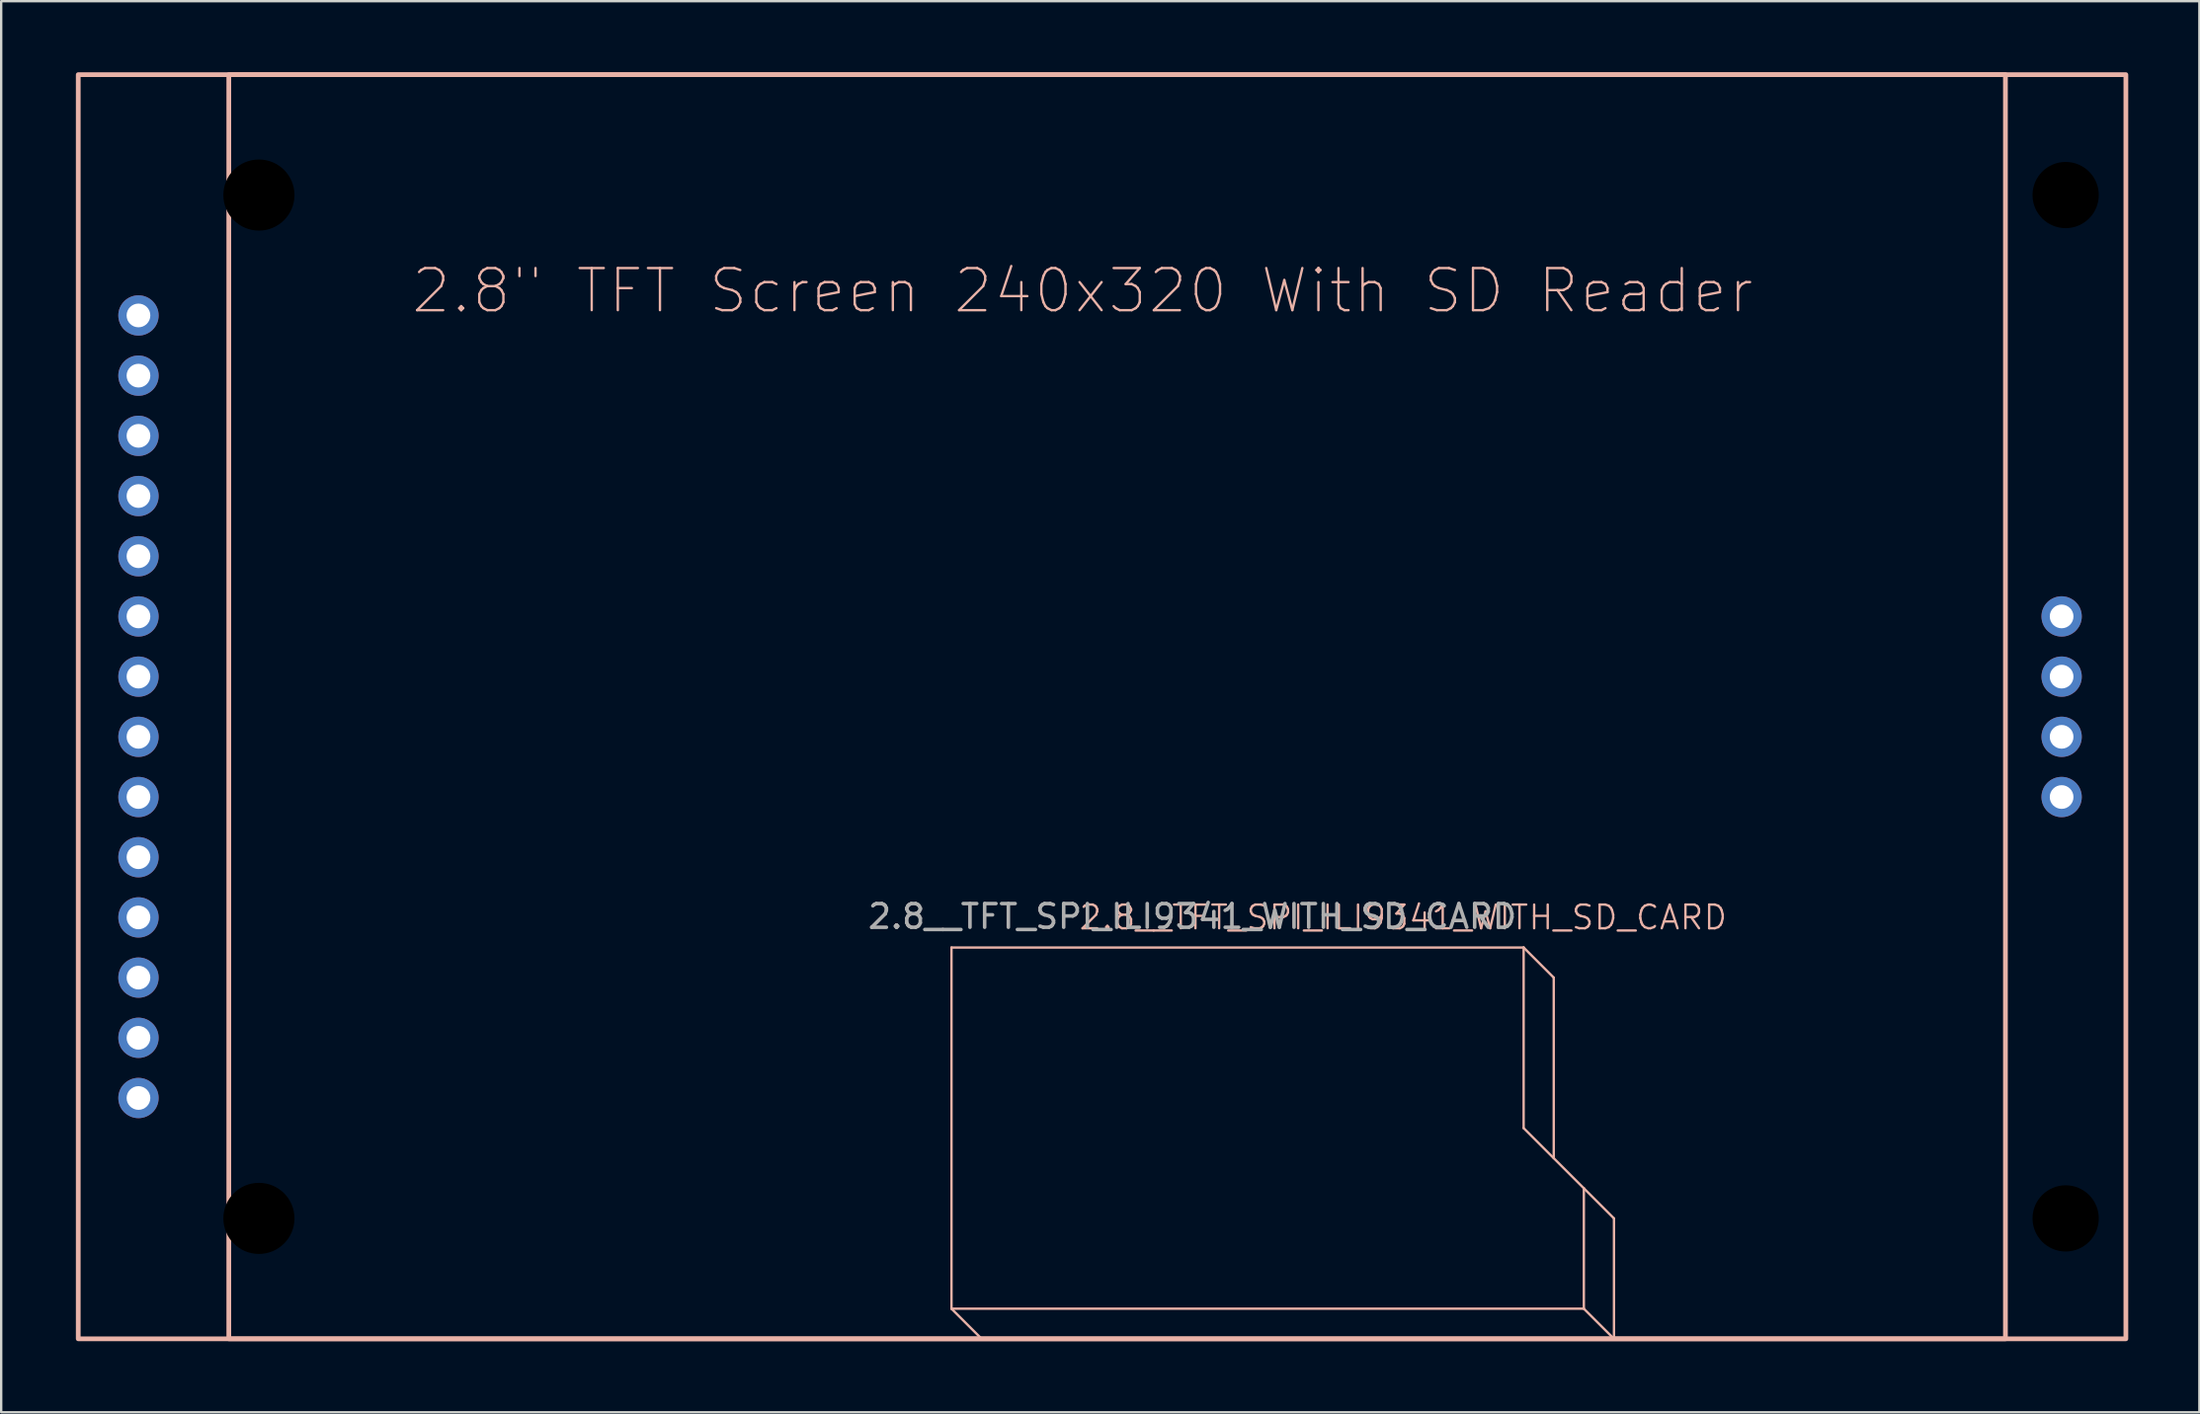
<source format=kicad_pcb>
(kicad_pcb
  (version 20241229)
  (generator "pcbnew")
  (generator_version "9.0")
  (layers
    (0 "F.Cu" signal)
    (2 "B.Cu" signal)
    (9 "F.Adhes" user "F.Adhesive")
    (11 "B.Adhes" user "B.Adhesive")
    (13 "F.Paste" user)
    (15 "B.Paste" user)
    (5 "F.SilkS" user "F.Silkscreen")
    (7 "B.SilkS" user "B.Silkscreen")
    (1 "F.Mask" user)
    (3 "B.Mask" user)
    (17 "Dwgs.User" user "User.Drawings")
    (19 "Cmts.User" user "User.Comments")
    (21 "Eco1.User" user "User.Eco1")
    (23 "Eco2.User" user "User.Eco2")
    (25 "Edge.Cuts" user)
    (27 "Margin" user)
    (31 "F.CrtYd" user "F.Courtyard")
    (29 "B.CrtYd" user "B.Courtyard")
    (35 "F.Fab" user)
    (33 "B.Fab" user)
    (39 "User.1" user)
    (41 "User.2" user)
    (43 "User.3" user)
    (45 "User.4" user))
  (footprint "2.8__TFT_SPI_ILI9341_WITH_SD_CARD"
    (layer "F.Cu")
    (at 0.25 26.77)
    (property "Reference" "2.8__TFT_SPI_ILI9341_WITH_SD_CARD" (at 55.88 8.89 0) (unlocked yes) (layer "B.SilkS") (effects (font (size 1 1) (thickness 0.1))))
    (attr through_hole)
    (fp_line (start 36.83 10.16) (end 36.83 25.4) (stroke (width 0.1) (type default)) (layer "B.SilkS"))
    (fp_line (start 36.83 25.4) (end 38.1 26.67) (stroke (width 0.1) (type default)) (layer "B.SilkS"))
    (fp_line (start 60.96 10.16) (end 36.83 10.16) (stroke (width 0.1) (type default)) (layer "B.SilkS"))
    (fp_line (start 60.96 10.16) (end 60.96 17.78) (stroke (width 0.1) (type default)) (layer "B.SilkS"))
    (fp_line (start 60.96 10.16) (end 62.23 11.43) (stroke (width 0.1) (type default)) (layer "B.SilkS"))
    (fp_line (start 60.96 17.78) (end 63.5 20.32) (stroke (width 0.1) (type default)) (layer "B.SilkS"))
    (fp_line (start 62.23 11.43) (end 62.23 19.05) (stroke (width 0.1) (type default)) (layer "B.SilkS"))
    (fp_line (start 63.5 20.32) (end 64.77 21.59) (stroke (width 0.1) (type default)) (layer "B.SilkS"))
    (fp_line (start 63.5 25.4) (end 36.83 25.4) (stroke (width 0.1) (type default)) (layer "B.SilkS"))
    (fp_line (start 63.5 25.4) (end 63.5 20.32) (stroke (width 0.1) (type default)) (layer "B.SilkS"))
    (fp_line (start 64.77 21.59) (end 64.77 26.67) (stroke (width 0.1) (type default)) (layer "B.SilkS"))
    (fp_line (start 64.77 26.67) (end 63.5 25.4) (stroke (width 0.1) (type default)) (layer "B.SilkS"))
    (fp_rect (start 0 -26.67) (end 86.36 26.67) (stroke (width 0.2) (type default)) (fill no) (layer "B.SilkS"))
    (fp_rect (start 6.35 -26.67) (end 81.28 26.67) (stroke (width 0.2) (type default)) (fill no) (layer "B.SilkS"))
    (fp_text user "2.8\" TFT Screen 240x320 With SD Reader" (at 13.97 -16.51 0) (unlocked yes) (layer "B.SilkS") (effects (font (size 1.778 1.778) (thickness 0.1)) (justify left bottom)))
    (fp_text user "${REFERENCE}" (at 46.99 8.85 0) (unlocked yes) (layer "F.Fab") (effects (font (size 1 1) (thickness 0.15))))
    (pad "" np_thru_hole circle (at 7.62 -21.59) (size 3 3) (drill 3.1) (layers "*.Mask"))
    (pad "" np_thru_hole circle (at 7.62 21.59) (size 3 3) (drill 3.1) (layers "*.Mask"))
    (pad "" np_thru_hole circle (at 83.82 -21.59) (size 2.794 2.794) (drill 3.1) (layers "*.Mask"))
    (pad "" np_thru_hole circle (at 83.82 21.59) (size 2.794 2.794) (drill 3.1) (layers "*.Mask"))
    (pad "CS" thru_hole circle (at 2.54 11.43) (size 1.7 1.7) (drill 1) (layers "*.Cu" "*.Mask"))
    (pad "DC" thru_hole circle (at 2.54 6.35) (size 1.7 1.7) (drill 1) (layers "*.Cu" "*.Mask"))
    (pad "GND" thru_hole circle (at 2.54 13.97) (size 1.7 1.7) (drill 1) (layers "*.Cu" "*.Mask"))
    (pad "LED" thru_hole circle (at 2.54 -1.27) (size 1.7 1.7) (drill 1) (layers "*.Cu" "*.Mask"))
    (pad "RESET" thru_hole circle (at 2.54 8.89) (size 1.7 1.7) (drill 1) (layers "*.Cu" "*.Mask"))
    (pad "SCK" thru_hole circle (at 2.54 1.27) (size 1.7 1.7) (drill 1) (layers "*.Cu" "*.Mask"))
    (pad "SDI(MOSI)" thru_hole circle (at 2.54 3.81) (size 1.7 1.7) (drill 1) (layers "*.Cu" "*.Mask"))
    (pad "SDO(MISO)" thru_hole circle (at 2.54 -3.81) (size 1.7 1.7) (drill 1) (layers "*.Cu" "*.Mask"))
    (pad "SD_CS" thru_hole circle (at 83.65 3.81) (size 1.7 1.7) (drill 1) (layers "*.Cu" "*.Mask"))
    (pad "SD_MISO" thru_hole circle (at 83.65 -1.27) (size 1.7 1.7) (drill 1) (layers "*.Cu" "*.Mask"))
    (pad "SD_MOSI" thru_hole circle (at 83.65 1.27) (size 1.7 1.7) (drill 1) (layers "*.Cu" "*.Mask"))
    (pad "SD_SCK" thru_hole circle (at 83.65 -3.81) (size 1.7 1.7) (drill 1) (layers "*.Cu" "*.Mask"))
    (pad "T_CLK" thru_hole circle (at 2.54 -6.35) (size 1.7 1.7) (drill 1) (layers "*.Cu" "*.Mask"))
    (pad "T_CS" thru_hole circle (at 2.54 -8.89) (size 1.7 1.7) (drill 1) (layers "*.Cu" "*.Mask"))
    (pad "T_DIN" thru_hole circle (at 2.54 -11.43) (size 1.7 1.7) (drill 1) (layers "*.Cu" "*.Mask"))
    (pad "T_DO" thru_hole circle (at 2.54 -13.97) (size 1.7 1.7) (drill 1) (layers "*.Cu" "*.Mask"))
    (pad "T_IRQ" thru_hole circle (at 2.54 -16.51) (size 1.7 1.7) (drill 1) (layers "*.Cu" "*.Mask"))
    (pad "Vcc" thru_hole circle (at 2.54 16.51) (size 1.7 1.7) (drill 1) (layers "*.Cu" "*.Mask"))
    (zone (net_name "") (layer "B.SilkS") (hatch edge 0.5) (connect_pads) (min_thickness 0.25) (filled_areas_thickness no) (keepout (tracks not_allowed) (vias not_allowed) (pads not_allowed) (copperpour allowed) (footprints allowed)) (placement (enabled no)) (fill) (polygon (pts (xy 63.75 52.17) (xy 65.02 53.44) (xy 38.35 53.44) (xy 37.08 52.17)))))
  (gr_rect
    (start -3 -3)
    (end 89.71 56.54)
    (stroke (width 0.1) (type default))
    (fill no)
    (layer "Edge.Cuts")))
</source>
